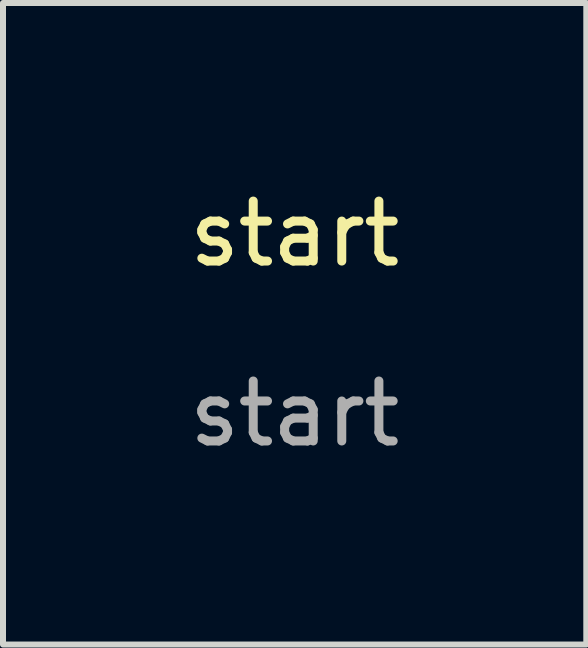
<source format=kicad_pcb>
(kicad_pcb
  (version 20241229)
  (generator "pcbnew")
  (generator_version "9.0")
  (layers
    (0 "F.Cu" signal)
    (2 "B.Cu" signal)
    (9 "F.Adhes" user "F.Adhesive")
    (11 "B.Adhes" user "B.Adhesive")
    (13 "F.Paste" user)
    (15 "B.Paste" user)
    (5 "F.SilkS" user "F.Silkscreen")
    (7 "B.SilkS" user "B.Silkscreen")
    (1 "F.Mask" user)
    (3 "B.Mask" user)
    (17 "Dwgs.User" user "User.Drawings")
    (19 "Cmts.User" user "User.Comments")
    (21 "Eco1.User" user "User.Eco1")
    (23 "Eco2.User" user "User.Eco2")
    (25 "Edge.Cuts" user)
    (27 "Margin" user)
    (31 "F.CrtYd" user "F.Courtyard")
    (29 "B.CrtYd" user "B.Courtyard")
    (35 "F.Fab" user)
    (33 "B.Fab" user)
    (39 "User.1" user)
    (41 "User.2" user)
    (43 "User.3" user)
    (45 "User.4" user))
  (footprint "start"
    (layer "F.Cu")
    (at 1.863 1.348)
    (property "Reference" "start" (at 0 -0.5 0) (unlocked yes) (layer "F.SilkS") (effects (font (size 1 1) (thickness 0.15))))
    (attr smd)
    (fp_text user "${REFERENCE}" (at 0 2.5 0) (unlocked yes) (layer "F.Fab") (effects (font (size 1 1) (thickness 0.15)))))
  (gr_rect
    (start -3 -3)
    (end 6.726 7.697)
    (stroke (width 0.1) (type default))
    (fill no)
    (layer "Edge.Cuts")))
</source>
